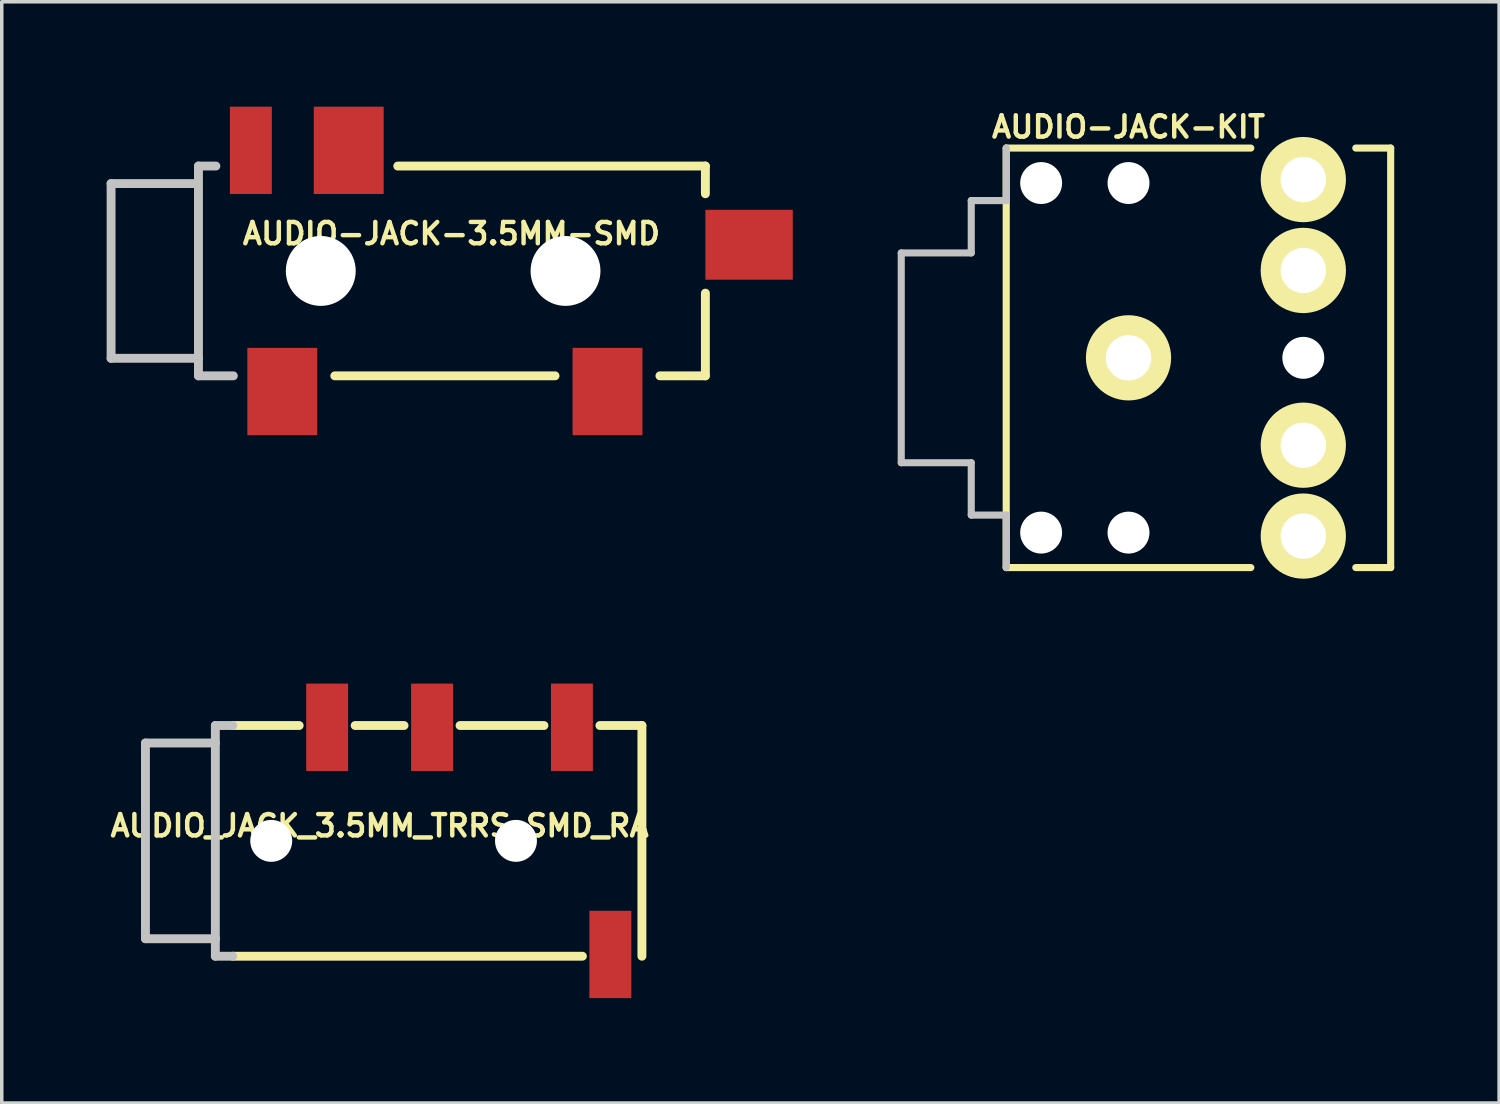
<source format=kicad_pcb>
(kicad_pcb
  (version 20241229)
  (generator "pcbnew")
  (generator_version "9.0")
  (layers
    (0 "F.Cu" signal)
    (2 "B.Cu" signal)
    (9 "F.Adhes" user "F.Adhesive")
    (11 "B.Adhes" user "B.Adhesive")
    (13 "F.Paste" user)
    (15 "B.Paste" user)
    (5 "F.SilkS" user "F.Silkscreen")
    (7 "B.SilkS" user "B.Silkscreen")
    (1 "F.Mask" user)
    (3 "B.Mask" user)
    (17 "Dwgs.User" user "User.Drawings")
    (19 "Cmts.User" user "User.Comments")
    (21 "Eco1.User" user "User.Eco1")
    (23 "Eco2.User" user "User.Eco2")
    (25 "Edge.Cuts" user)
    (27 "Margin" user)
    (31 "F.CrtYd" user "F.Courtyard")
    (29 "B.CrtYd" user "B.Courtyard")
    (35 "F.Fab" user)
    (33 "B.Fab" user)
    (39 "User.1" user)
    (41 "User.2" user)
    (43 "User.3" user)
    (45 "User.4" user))
  (footprint "AUDIO_JACK_3.5MM_TRRS_SMD_RA"
    (layer "F.Cu")
    (at 3.109 20.999)
    (property "Reference" "AUDIO_JACK_3.5MM_TRRS_SMD_RA" (at 4.699 -0.432 0) (layer "F.SilkS") (effects (font (size 0.61 0.61) (thickness 0.127))))
    (attr smd)
    (fp_line (start 0.498 -3.299) (end 2.398 -3.299) (stroke (width 0.254) (type solid)) (layer "F.SilkS"))
    (fp_line (start 0.498 3.299) (end 10.498 3.299) (stroke (width 0.254) (type solid)) (layer "F.SilkS"))
    (fp_line (start 3.998 -3.299) (end 5.397 -3.299) (stroke (width 0.254) (type solid)) (layer "F.SilkS"))
    (fp_line (start 6.998 -3.299) (end 9.398 -3.299) (stroke (width 0.254) (type solid)) (layer "F.SilkS"))
    (fp_line (start 12.2 -3.299) (end 10.998 -3.299) (stroke (width 0.254) (type solid)) (layer "F.SilkS"))
    (fp_line (start 12.2 -3.299) (end 12.2 3.299) (stroke (width 0.254) (type solid)) (layer "F.SilkS"))
    (fp_line (start -1.999 -2.799) (end -1.999 2.799) (stroke (width 0.254) (type solid)) (layer "Dwgs.User"))
    (fp_line (start -1.999 2.799) (end 0 2.799) (stroke (width 0.254) (type solid)) (layer "Dwgs.User"))
    (fp_line (start 0 -3.299) (end 0 -2.799) (stroke (width 0.254) (type solid)) (layer "Dwgs.User"))
    (fp_line (start 0 -2.799) (end -1.999 -2.799) (stroke (width 0.254) (type solid)) (layer "Dwgs.User"))
    (fp_line (start 0 -2.799) (end 0 2.799) (stroke (width 0.254) (type solid)) (layer "Dwgs.User"))
    (fp_line (start 0 2.799) (end 0 3.299) (stroke (width 0.254) (type solid)) (layer "Dwgs.User"))
    (fp_line (start 0 3.299) (end 0.498 3.299) (stroke (width 0.254) (type solid)) (layer "Dwgs.User"))
    (fp_line (start 0.498 -3.299) (end 0 -3.299) (stroke (width 0.254) (type solid)) (layer "Dwgs.User"))
    (pad "" np_thru_hole circle (at 1.598 0) (size 1.199 1.199) (drill 1.199) (layers "*.Cu" "*.Mask"))
    (pad "" np_thru_hole circle (at 8.598 0) (size 1.199 1.199) (drill 1.199) (layers "*.Cu" "*.Mask"))
    (pad "EART" smd rect (at 11.298 3.249) (size 1.199 2.499) (layers "F.Cu" "F.Mask" "F.Paste"))
    (pad "RING" smd rect (at 3.198 -3.249 180) (size 1.199 2.499) (layers "F.Cu" "F.Mask" "F.Paste"))
    (pad "RING" smd rect (at 6.198 -3.249) (size 1.199 2.499) (layers "F.Cu" "F.Mask" "F.Paste"))
    (pad "TIP" smd rect (at 10.198 -3.249) (size 1.199 2.499) (layers "F.Cu" "F.Mask" "F.Paste")))
  (footprint "AUDIO-JACK-KIT"
    (layer "F.Cu")
    (at 29.226 7.184)
    (property "Reference" "AUDIO-JACK-KIT" (at 0 -6.604 0) (layer "F.SilkS") (effects (font (size 0.61 0.61) (thickness 0.127))))
    (attr exclude_from_pos_files exclude_from_bom)
    (fp_line (start -3.498 -5.999) (end -3.498 5.999) (stroke (width 0.203) (type solid)) (layer "F.SilkS"))
    (fp_line (start -3.498 -5.999) (end 3.498 -5.999) (stroke (width 0.203) (type solid)) (layer "F.SilkS"))
    (fp_line (start -3.498 5.999) (end 3.498 5.999) (stroke (width 0.203) (type solid)) (layer "F.SilkS"))
    (fp_line (start 7.498 -5.999) (end 6.5 -5.999) (stroke (width 0.203) (type solid)) (layer "F.SilkS"))
    (fp_line (start 7.498 -5.999) (end 7.498 5.999) (stroke (width 0.203) (type solid)) (layer "F.SilkS"))
    (fp_line (start 7.498 5.999) (end 6.5 5.999) (stroke (width 0.203) (type solid)) (layer "F.SilkS"))
    (fp_circle (center 0 0) (end 0 -1.219) (stroke (width 0) (type solid)) (fill yes) (layer "F.SilkS"))
    (fp_circle (center 0 0) (end 0 -0.66) (stroke (width 0) (type solid)) (fill yes) (layer "F.SilkS"))
    (fp_circle (center 4.999 -5.098) (end 4.999 -6.317) (stroke (width 0) (type solid)) (fill yes) (layer "F.SilkS"))
    (fp_circle (center 4.999 -5.098) (end 4.999 -5.758) (stroke (width 0) (type solid)) (fill yes) (layer "F.SilkS"))
    (fp_circle (center 4.999 -2.499) (end 4.999 -3.719) (stroke (width 0) (type solid)) (fill yes) (layer "F.SilkS"))
    (fp_circle (center 4.999 -2.499) (end 4.999 -3.16) (stroke (width 0) (type solid)) (fill yes) (layer "F.SilkS"))
    (fp_circle (center 4.999 2.499) (end 4.999 1.28) (stroke (width 0) (type solid)) (fill yes) (layer "F.SilkS"))
    (fp_circle (center 4.999 2.499) (end 4.999 1.839) (stroke (width 0) (type solid)) (fill yes) (layer "F.SilkS"))
    (fp_circle (center 4.999 5.098) (end 4.999 3.879) (stroke (width 0) (type solid)) (fill yes) (layer "F.SilkS"))
    (fp_circle (center 4.999 5.098) (end 4.999 4.437) (stroke (width 0) (type solid)) (fill yes) (layer "F.SilkS"))
    (fp_line (start -6.5 -3) (end -6.5 3) (stroke (width 0.203) (type solid)) (layer "Dwgs.User"))
    (fp_line (start -6.5 -3) (end -4.498 -3) (stroke (width 0.203) (type solid)) (layer "Dwgs.User"))
    (fp_line (start -6.5 3) (end -4.498 3) (stroke (width 0.203) (type solid)) (layer "Dwgs.User"))
    (fp_line (start -4.498 -4.498) (end -4.498 -3) (stroke (width 0.203) (type solid)) (layer "Dwgs.User"))
    (fp_line (start -4.498 -4.498) (end -3.498 -4.498) (stroke (width 0.203) (type solid)) (layer "Dwgs.User"))
    (fp_line (start -4.498 3) (end -4.498 4.498) (stroke (width 0.203) (type solid)) (layer "Dwgs.User"))
    (fp_line (start -4.498 4.498) (end -3.498 4.498) (stroke (width 0.203) (type solid)) (layer "Dwgs.User"))
    (fp_line (start -3.498 -5.999) (end -3.498 -4.498) (stroke (width 0.203) (type solid)) (layer "Dwgs.User"))
    (fp_line (start -3.498 4.498) (end -3.498 5.999) (stroke (width 0.203) (type solid)) (layer "Dwgs.User"))
    (pad "" np_thru_hole circle (at -2.499 -4.999) (size 1.199 1.199) (drill 1.199) (layers "*.Cu" "*.Mask"))
    (pad "" np_thru_hole circle (at -2.499 4.999) (size 1.199 1.199) (drill 1.199) (layers "*.Cu" "*.Mask"))
    (pad "" np_thru_hole circle (at 0 -4.999) (size 1.199 1.199) (drill 1.199) (layers "*.Cu" "*.Mask"))
    (pad "" np_thru_hole circle (at 0 4.999) (size 1.199 1.199) (drill 1.199) (layers "*.Cu" "*.Mask"))
    (pad "" np_thru_hole circle (at 4.999 0) (size 1.199 1.199) (drill 1.199) (layers "*.Cu" "*.Mask"))
    (pad "RING" thru_hole circle (at 4.999 -5.098) (size 2.182 2.182) (drill 1.298) (layers "*.Cu" "*.Paste" "*.Mask"))
    (pad "RSH" thru_hole circle (at 4.999 -2.499) (size 2.182 2.182) (drill 1.298) (layers "*.Cu" "*.Paste" "*.Mask"))
    (pad "SLEE" thru_hole circle (at 0 0) (size 2.182 2.182) (drill 1.298) (layers "*.Cu" "*.Paste" "*.Mask"))
    (pad "TIP" thru_hole circle (at 4.999 5.098) (size 2.182 2.182) (drill 1.298) (layers "*.Cu" "*.Paste" "*.Mask"))
    (pad "TSH" thru_hole circle (at 4.999 2.499) (size 2.182 2.182) (drill 1.298) (layers "*.Cu" "*.Paste" "*.Mask")))
  (footprint "AUDIO-JACK-3.5MM-SMD"
    (layer "F.Cu")
    (at 2.626 4.699)
    (property "Reference" "AUDIO-JACK-3.5MM-SMD" (at 7.236 -1.067 0) (layer "F.SilkS") (effects (font (size 0.61 0.61) (thickness 0.127))))
    (attr smd)
    (fp_line (start 3.899 3) (end 10.198 3) (stroke (width 0.254) (type solid)) (layer "F.SilkS"))
    (fp_line (start 14.498 -3) (end 5.7 -3) (stroke (width 0.254) (type solid)) (layer "F.SilkS"))
    (fp_line (start 14.498 -2.207) (end 14.498 -3) (stroke (width 0.254) (type solid)) (layer "F.SilkS"))
    (fp_line (start 14.498 0.635) (end 14.498 3) (stroke (width 0.254) (type solid)) (layer "F.SilkS"))
    (fp_line (start 14.498 3) (end 13.198 3) (stroke (width 0.254) (type solid)) (layer "F.SilkS"))
    (fp_line (start -2.499 -2.499) (end -2.499 2.499) (stroke (width 0.254) (type solid)) (layer "Dwgs.User"))
    (fp_line (start -2.499 2.499) (end 0 2.499) (stroke (width 0.254) (type solid)) (layer "Dwgs.User"))
    (fp_line (start -0.152 -2.499) (end -2.499 -2.499) (stroke (width 0.254) (type solid)) (layer "Dwgs.User"))
    (fp_line (start 0 -3) (end 0 2.499) (stroke (width 0.254) (type solid)) (layer "Dwgs.User"))
    (fp_line (start 0 2.499) (end 0 3) (stroke (width 0.254) (type solid)) (layer "Dwgs.User"))
    (fp_line (start 0 3) (end 0.998 3) (stroke (width 0.254) (type solid)) (layer "Dwgs.User"))
    (fp_line (start 0.498 -3) (end 0 -3) (stroke (width 0.254) (type solid)) (layer "Dwgs.User"))
    (pad "" np_thru_hole circle (at 3.498 0) (size 1.999 1.999) (drill 1.999) (layers "*.Cu" "*.Mask"))
    (pad "" np_thru_hole circle (at 10.498 0) (size 1.999 1.999) (drill 1.999) (layers "*.Cu" "*.Mask"))
    (pad "RING" smd rect (at 4.298 -3.449) (size 1.999 2.499) (layers "F.Cu" "F.Mask" "F.Paste"))
    (pad "RSH" smd rect (at 1.499 -3.449 180) (size 1.199 2.499) (layers "F.Cu" "F.Mask" "F.Paste"))
    (pad "SLEE" smd rect (at 2.398 3.449) (size 1.999 2.499) (layers "F.Cu" "F.Mask" "F.Paste"))
    (pad "TIP" smd rect (at 11.699 3.449) (size 1.999 2.499) (layers "F.Cu" "F.Mask" "F.Paste"))
    (pad "TSH" smd rect (at 15.748 -0.749 90) (size 1.999 2.499) (layers "F.Cu" "F.Mask" "F.Paste")))
  (gr_rect
    (start -3 -3)
    (end 39.825 28.497)
    (stroke (width 0.1) (type default))
    (fill no)
    (layer "Edge.Cuts")))
</source>
